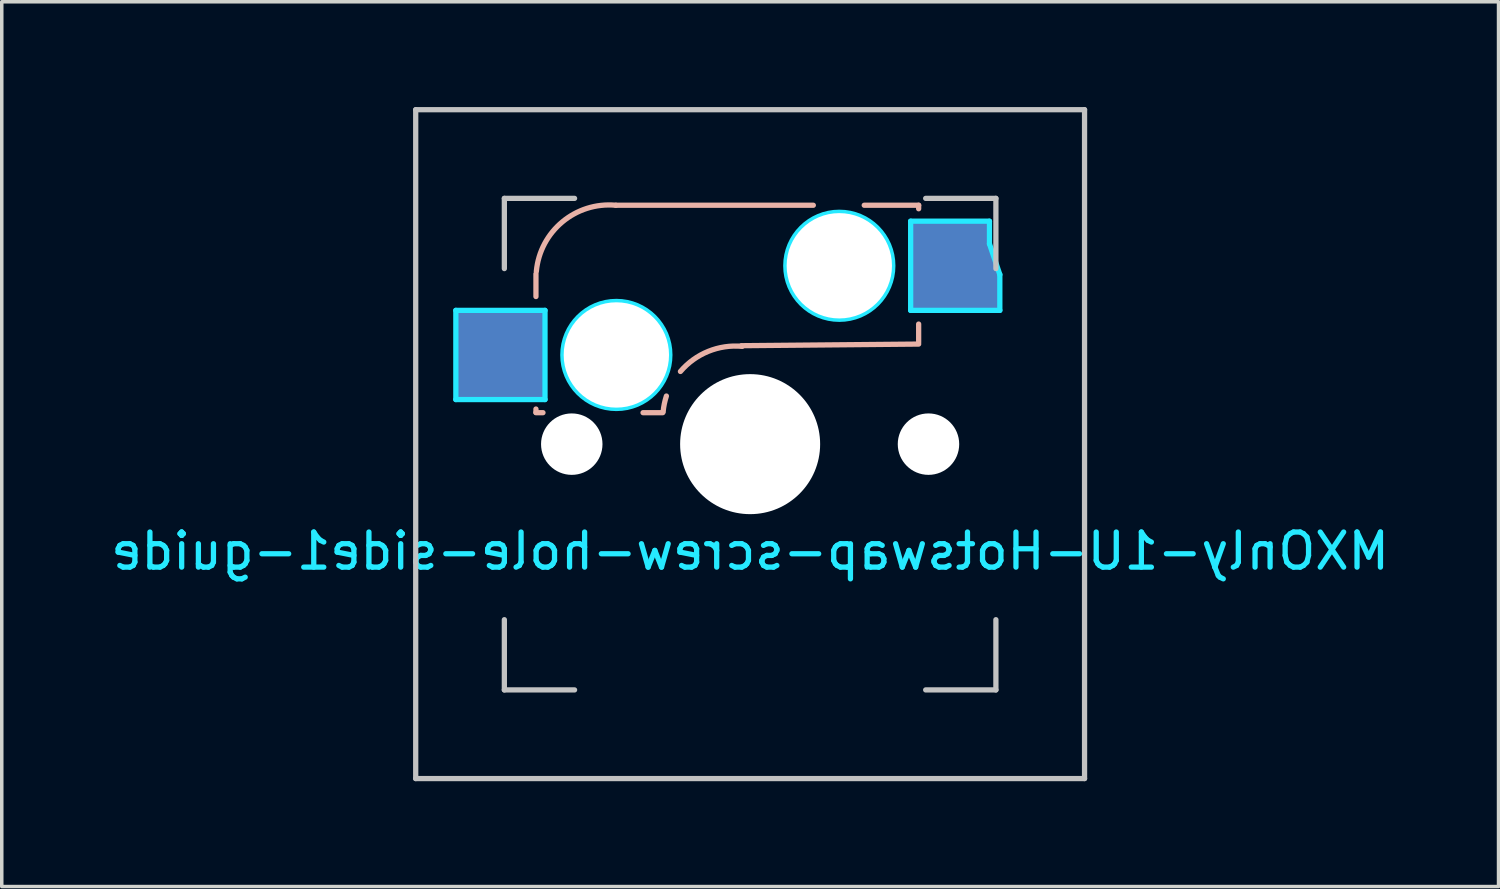
<source format=kicad_pcb>
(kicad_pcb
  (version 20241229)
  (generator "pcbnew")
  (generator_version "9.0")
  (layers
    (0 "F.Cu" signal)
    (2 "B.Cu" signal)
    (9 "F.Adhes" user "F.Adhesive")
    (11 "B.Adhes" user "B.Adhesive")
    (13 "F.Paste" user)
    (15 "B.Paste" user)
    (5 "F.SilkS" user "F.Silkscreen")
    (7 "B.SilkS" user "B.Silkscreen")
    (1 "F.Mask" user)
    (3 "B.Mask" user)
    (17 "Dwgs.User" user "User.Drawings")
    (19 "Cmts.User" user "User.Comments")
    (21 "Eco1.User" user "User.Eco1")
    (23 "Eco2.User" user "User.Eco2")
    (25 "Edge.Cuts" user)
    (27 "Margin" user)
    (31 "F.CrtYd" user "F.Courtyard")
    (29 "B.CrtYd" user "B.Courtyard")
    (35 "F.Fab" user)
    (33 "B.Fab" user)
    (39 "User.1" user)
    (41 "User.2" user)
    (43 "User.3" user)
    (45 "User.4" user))
  (footprint "MXOnly-1U-Hotswap-screw-hole-side1-guide"
    (layer "F.Cu")
    (at 18.315 9.6)
    (property "Reference" "MXOnly-1U-Hotswap-screw-hole-side1-guide" (at 0 3.048 0) (layer "B.CrtYd") (effects (font (size 1 1) (thickness 0.15)) (justify mirror)))
    (attr smd)
    (fp_line (start -6.1 -4.85) (end -6.1 -4.204) (stroke (width 0.15) (type solid)) (layer "B.SilkS"))
    (fp_line (start -6.1 -1) (end -6.1 -0.905) (stroke (width 0.15) (type solid)) (layer "B.SilkS"))
    (fp_line (start -6.1 -0.896) (end -5.9 -0.896) (stroke (width 0.15) (type solid)) (layer "B.SilkS"))
    (fp_line (start -3.05 -0.896) (end -2.49 -0.896) (stroke (width 0.15) (type solid)) (layer "B.SilkS"))
    (fp_line (start 1.8 -6.804) (end -3.825 -6.804) (stroke (width 0.15) (type solid)) (layer "B.SilkS"))
    (fp_line (start 4.8 -6.804) (end 3.25 -6.804) (stroke (width 0.15) (type solid)) (layer "B.SilkS"))
    (fp_line (start 4.8 -6.704) (end 4.8 -6.804) (stroke (width 0.15) (type solid)) (layer "B.SilkS"))
    (fp_line (start 4.8 -2.896) (end 4.8 -3.42) (stroke (width 0.15) (type solid)) (layer "B.SilkS"))
    (fp_line (start 4.8 -2.85) (end -0.25 -2.804) (stroke (width 0.15) (type solid)) (layer "B.SilkS"))
    (fp_arc (start -6.089 -4.92) (mid -5.347189 -6.33089) (end -3.825 -6.804) (stroke (width 0.15) (type solid)) (layer "B.SilkS"))
    (fp_arc (start -2.477681 -0.919328) (mid -2.443892 -1.147245) (end -2.385 -1.37) (stroke (width 0.15) (type solid)) (layer "B.SilkS"))
    (fp_arc (start -1.984999 -2.069999) (mid -1.19281 -2.641938) (end -0.226333 -2.785456) (stroke (width 0.15) (type solid)) (layer "B.SilkS"))
    (fp_line (start -9.525 -9.525) (end 9.525 -9.525) (stroke (width 0.15) (type solid)) (layer "Dwgs.User"))
    (fp_line (start -9.525 9.525) (end -9.525 -9.525) (stroke (width 0.15) (type solid)) (layer "Dwgs.User"))
    (fp_line (start -7 -7) (end -7 -5) (stroke (width 0.15) (type solid)) (layer "Dwgs.User"))
    (fp_line (start -7 5) (end -7 7) (stroke (width 0.15) (type solid)) (layer "Dwgs.User"))
    (fp_line (start -7 7) (end -5 7) (stroke (width 0.15) (type solid)) (layer "Dwgs.User"))
    (fp_line (start -5 -7) (end -7 -7) (stroke (width 0.15) (type solid)) (layer "Dwgs.User"))
    (fp_line (start 5 -7) (end 7 -7) (stroke (width 0.15) (type solid)) (layer "Dwgs.User"))
    (fp_line (start 5 7) (end 7 7) (stroke (width 0.15) (type solid)) (layer "Dwgs.User"))
    (fp_line (start 7 -7) (end 7 -5) (stroke (width 0.15) (type solid)) (layer "Dwgs.User"))
    (fp_line (start 7 7) (end 7 5) (stroke (width 0.15) (type solid)) (layer "Dwgs.User"))
    (fp_line (start 9.525 -9.525) (end 9.525 9.525) (stroke (width 0.15) (type solid)) (layer "Dwgs.User"))
    (fp_line (start 9.525 9.525) (end -9.525 9.525) (stroke (width 0.15) (type solid)) (layer "Dwgs.User"))
    (fp_line (start -8.382 -3.81) (end -8.382 -1.27) (stroke (width 0.15) (type solid)) (layer "B.CrtYd"))
    (fp_line (start -8.382 -1.27) (end -5.842 -1.27) (stroke (width 0.15) (type solid)) (layer "B.CrtYd"))
    (fp_line (start -5.842 -3.81) (end -8.382 -3.81) (stroke (width 0.15) (type solid)) (layer "B.CrtYd"))
    (fp_line (start -5.842 -1.27) (end -5.842 -3.81) (stroke (width 0.15) (type solid)) (layer "B.CrtYd"))
    (fp_line (start 4.572 -6.35) (end 6.817 -6.35) (stroke (width 0.15) (type solid)) (layer "B.CrtYd"))
    (fp_line (start 4.572 -3.81) (end 4.572 -6.35) (stroke (width 0.15) (type solid)) (layer "B.CrtYd"))
    (fp_line (start 6.817 -5.705) (end 6.817 -6.35) (stroke (width 0.15) (type solid)) (layer "B.CrtYd"))
    (fp_line (start 7.112 -4.83) (end 6.817 -5.705) (stroke (width 0.15) (type solid)) (layer "B.CrtYd"))
    (fp_line (start 7.112 -4.83) (end 7.112 -3.81) (stroke (width 0.15) (type solid)) (layer "B.CrtYd"))
    (fp_line (start 7.112 -3.81) (end 4.572 -3.81) (stroke (width 0.15) (type solid)) (layer "B.CrtYd"))
    (fp_circle (center -3.81 -2.54) (end -3.81 -4.064) (stroke (width 0.15) (type solid)) (fill no) (layer "B.CrtYd"))
    (fp_circle (center 2.54 -5.08) (end 2.54 -6.604) (stroke (width 0.15) (type solid)) (fill no) (layer "B.CrtYd"))
    (pad "" np_thru_hole circle (at -5.08 0 48.1) (size 1.75 1.75) (drill 1.75) (layers "*.Cu" "*.Mask"))
    (pad "" np_thru_hole circle (at -3.81 -2.54) (size 3 3) (drill 3) (layers "*.Cu" "*.Mask"))
    (pad "" np_thru_hole circle (at 0 0) (size 3.988 3.988) (drill 3.988) (layers "*.Cu" "*.Mask"))
    (pad "" np_thru_hole circle (at 2.54 -5.08) (size 3 3) (drill 3) (layers "*.Cu" "*.Mask"))
    (pad "" np_thru_hole circle (at 5.08 0 48.1) (size 1.75 1.75) (drill 1.75) (layers "*.Cu" "*.Mask"))
    (pad "1" smd rect (at -7.085 -2.54) (size 2.55 2.5) (layers "B.Cu" "B.Mask" "B.Paste"))
    (pad "2" smd custom (at 5.842 -5.08) (size 1 1) (layers "B.Cu" "B.Mask" "B.Paste") (options (anchor rect)) (primitives (gr_poly (pts (xy -1.25 -1.25) (xy 0.95 -1.25) (xy 0.95 -0.65) (xy 1.25 0.25) (xy 1.25 1.25) (xy -1.25 1.25)) (width 0.12) (fill yes)))))
  (gr_rect
    (start -3 -3)
    (end 39.631 22.2)
    (stroke (width 0.1) (type default))
    (fill no)
    (layer "Edge.Cuts")))
</source>
